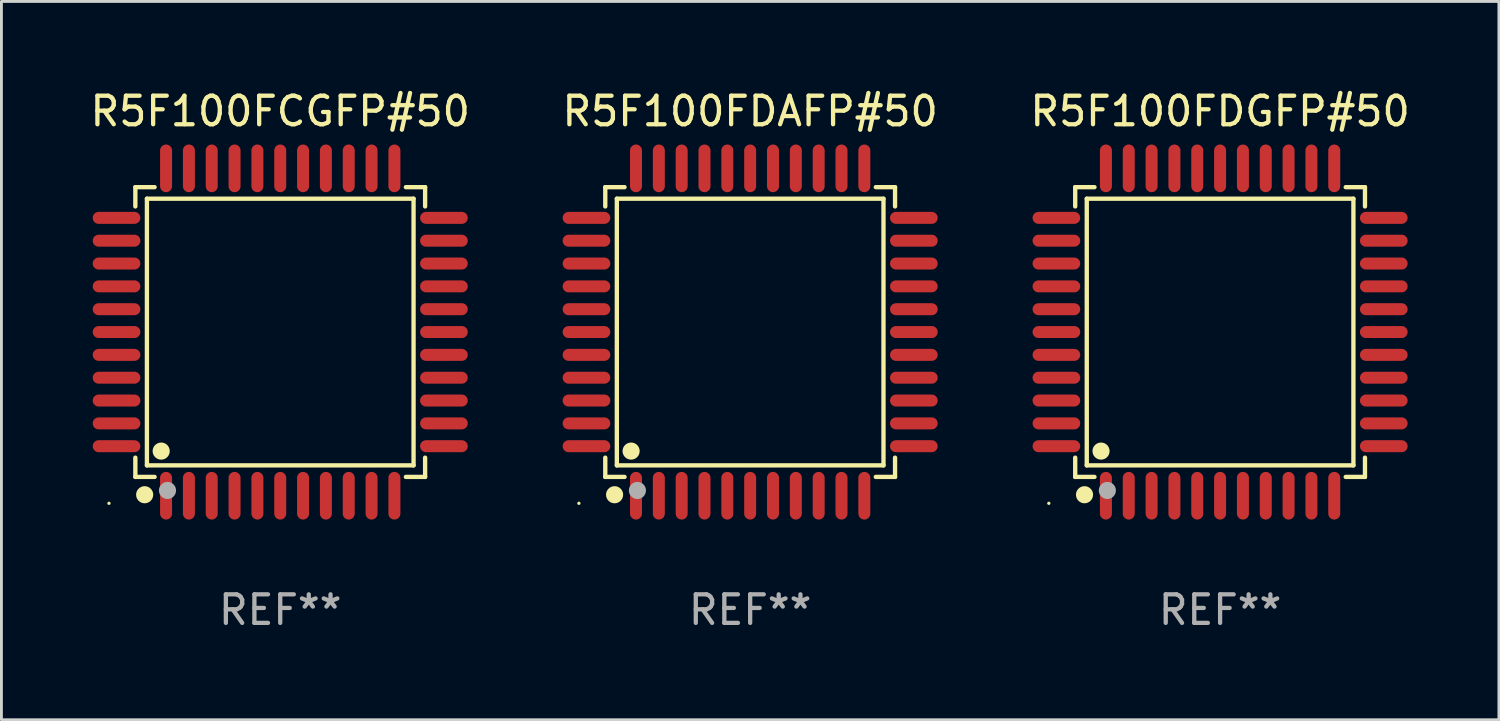
<source format=kicad_pcb>
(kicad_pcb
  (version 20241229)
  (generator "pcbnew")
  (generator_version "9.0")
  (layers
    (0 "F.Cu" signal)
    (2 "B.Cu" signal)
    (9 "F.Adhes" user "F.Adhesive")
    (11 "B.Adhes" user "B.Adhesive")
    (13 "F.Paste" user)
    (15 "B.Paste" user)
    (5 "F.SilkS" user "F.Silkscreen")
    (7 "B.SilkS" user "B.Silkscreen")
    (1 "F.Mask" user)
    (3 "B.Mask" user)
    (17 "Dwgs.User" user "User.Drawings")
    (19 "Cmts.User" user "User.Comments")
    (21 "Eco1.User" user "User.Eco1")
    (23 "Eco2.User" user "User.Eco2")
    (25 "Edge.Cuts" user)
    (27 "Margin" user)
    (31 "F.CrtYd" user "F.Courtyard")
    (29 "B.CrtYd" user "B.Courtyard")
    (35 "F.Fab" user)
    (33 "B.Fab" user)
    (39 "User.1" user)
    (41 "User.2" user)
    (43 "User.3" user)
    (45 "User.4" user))
  (footprint "R5F100FDGFP#50"
    (layer "F.Cu")
    (at 39.696 8.583)
    (property "Reference" "R5F100FDGFP#50" (at 0 -7.735 0) (layer "F.SilkS") (effects (font (size 1 1) (thickness 0.15))))
    (attr through_hole)
    (fp_line (start -5.076 -5.076) (end -4.401 -5.076) (stroke (width 0.152) (type solid)) (layer "F.SilkS"))
    (fp_line (start -5.076 -4.401) (end -5.076 -5.076) (stroke (width 0.152) (type solid)) (layer "F.SilkS"))
    (fp_line (start -5.076 4.401) (end -5.076 5.076) (stroke (width 0.152) (type solid)) (layer "F.SilkS"))
    (fp_line (start -5.076 5.076) (end -4.401 5.076) (stroke (width 0.152) (type solid)) (layer "F.SilkS"))
    (fp_line (start -4.671 -4.671) (end 4.671 -4.671) (stroke (width 0.152) (type solid)) (layer "F.SilkS"))
    (fp_line (start -4.671 4.671) (end -4.671 -4.671) (stroke (width 0.152) (type solid)) (layer "F.SilkS"))
    (fp_line (start 4.671 -4.671) (end 4.671 4.671) (stroke (width 0.152) (type solid)) (layer "F.SilkS"))
    (fp_line (start 4.671 4.671) (end -4.671 4.671) (stroke (width 0.152) (type solid)) (layer "F.SilkS"))
    (fp_line (start 5.076 -5.076) (end 4.401 -5.076) (stroke (width 0.152) (type solid)) (layer "F.SilkS"))
    (fp_line (start 5.076 -4.401) (end 5.076 -5.076) (stroke (width 0.152) (type solid)) (layer "F.SilkS"))
    (fp_line (start 5.076 4.401) (end 5.076 5.076) (stroke (width 0.152) (type solid)) (layer "F.SilkS"))
    (fp_line (start 5.076 5.076) (end 4.401 5.076) (stroke (width 0.152) (type solid)) (layer "F.SilkS"))
    (fp_circle (center -6 6) (end -5.97 6) (stroke (width 0.06) (type solid)) (fill no) (layer "F.SilkS"))
    (fp_circle (center -4.75 5.7) (end -4.6 5.7) (stroke (width 0.3) (type solid)) (fill no) (layer "F.SilkS"))
    (fp_circle (center -4.171 4.171) (end -4.021 4.171) (stroke (width 0.3) (type solid)) (fill no) (layer "F.SilkS"))
    (fp_circle (center -3.95 5.55) (end -3.8 5.55) (stroke (width 0.3) (type solid)) (fill no) (layer "F.Fab"))
    (fp_text user "REF**" (at 0 9.735 0) (layer "F.Fab") (effects (font (size 1 1) (thickness 0.15))))
    (pad "1" smd oval (at -4 5.735) (size 0.42 1.67) (layers "F.Cu" "F.Mask" "F.Paste"))
    (pad "2" smd oval (at -3.2 5.735) (size 0.42 1.67) (layers "F.Cu" "F.Mask" "F.Paste"))
    (pad "3" smd oval (at -2.4 5.735) (size 0.42 1.67) (layers "F.Cu" "F.Mask" "F.Paste"))
    (pad "4" smd oval (at -1.6 5.735) (size 0.42 1.67) (layers "F.Cu" "F.Mask" "F.Paste"))
    (pad "5" smd oval (at -0.8 5.735) (size 0.42 1.67) (layers "F.Cu" "F.Mask" "F.Paste"))
    (pad "6" smd oval (at 0 5.735) (size 0.42 1.67) (layers "F.Cu" "F.Mask" "F.Paste"))
    (pad "7" smd oval (at 0.8 5.735) (size 0.42 1.67) (layers "F.Cu" "F.Mask" "F.Paste"))
    (pad "8" smd oval (at 1.6 5.735) (size 0.42 1.67) (layers "F.Cu" "F.Mask" "F.Paste"))
    (pad "9" smd oval (at 2.4 5.735) (size 0.42 1.67) (layers "F.Cu" "F.Mask" "F.Paste"))
    (pad "10" smd oval (at 3.2 5.735) (size 0.42 1.67) (layers "F.Cu" "F.Mask" "F.Paste"))
    (pad "11" smd oval (at 4 5.735) (size 0.42 1.67) (layers "F.Cu" "F.Mask" "F.Paste"))
    (pad "12" smd oval (at 5.735 4) (size 1.67 0.42) (layers "F.Cu" "F.Mask" "F.Paste"))
    (pad "13" smd oval (at 5.735 3.2) (size 1.67 0.42) (layers "F.Cu" "F.Mask" "F.Paste"))
    (pad "14" smd oval (at 5.735 2.4) (size 1.67 0.42) (layers "F.Cu" "F.Mask" "F.Paste"))
    (pad "15" smd oval (at 5.735 1.6) (size 1.67 0.42) (layers "F.Cu" "F.Mask" "F.Paste"))
    (pad "16" smd oval (at 5.735 0.8) (size 1.67 0.42) (layers "F.Cu" "F.Mask" "F.Paste"))
    (pad "17" smd oval (at 5.735 0) (size 1.67 0.42) (layers "F.Cu" "F.Mask" "F.Paste"))
    (pad "18" smd oval (at 5.735 -0.8) (size 1.67 0.42) (layers "F.Cu" "F.Mask" "F.Paste"))
    (pad "19" smd oval (at 5.735 -1.6) (size 1.67 0.42) (layers "F.Cu" "F.Mask" "F.Paste"))
    (pad "20" smd oval (at 5.735 -2.4) (size 1.67 0.42) (layers "F.Cu" "F.Mask" "F.Paste"))
    (pad "21" smd oval (at 5.735 -3.2) (size 1.67 0.42) (layers "F.Cu" "F.Mask" "F.Paste"))
    (pad "22" smd oval (at 5.735 -4) (size 1.67 0.42) (layers "F.Cu" "F.Mask" "F.Paste"))
    (pad "23" smd oval (at 4 -5.735) (size 0.42 1.67) (layers "F.Cu" "F.Mask" "F.Paste"))
    (pad "24" smd oval (at 3.2 -5.735) (size 0.42 1.67) (layers "F.Cu" "F.Mask" "F.Paste"))
    (pad "25" smd oval (at 2.4 -5.735) (size 0.42 1.67) (layers "F.Cu" "F.Mask" "F.Paste"))
    (pad "26" smd oval (at 1.6 -5.735) (size 0.42 1.67) (layers "F.Cu" "F.Mask" "F.Paste"))
    (pad "27" smd oval (at 0.8 -5.735) (size 0.42 1.67) (layers "F.Cu" "F.Mask" "F.Paste"))
    (pad "28" smd oval (at 0 -5.735) (size 0.42 1.67) (layers "F.Cu" "F.Mask" "F.Paste"))
    (pad "29" smd oval (at -0.8 -5.735) (size 0.42 1.67) (layers "F.Cu" "F.Mask" "F.Paste"))
    (pad "30" smd oval (at -1.6 -5.735) (size 0.42 1.67) (layers "F.Cu" "F.Mask" "F.Paste"))
    (pad "31" smd oval (at -2.4 -5.735) (size 0.42 1.67) (layers "F.Cu" "F.Mask" "F.Paste"))
    (pad "32" smd oval (at -3.2 -5.735) (size 0.42 1.67) (layers "F.Cu" "F.Mask" "F.Paste"))
    (pad "33" smd oval (at -4 -5.735) (size 0.42 1.67) (layers "F.Cu" "F.Mask" "F.Paste"))
    (pad "34" smd oval (at -5.735 -4) (size 1.67 0.42) (layers "F.Cu" "F.Mask" "F.Paste"))
    (pad "35" smd oval (at -5.735 -3.2) (size 1.67 0.42) (layers "F.Cu" "F.Mask" "F.Paste"))
    (pad "36" smd oval (at -5.735 -2.4) (size 1.67 0.42) (layers "F.Cu" "F.Mask" "F.Paste"))
    (pad "37" smd oval (at -5.735 -1.6) (size 1.67 0.42) (layers "F.Cu" "F.Mask" "F.Paste"))
    (pad "38" smd oval (at -5.735 -0.8) (size 1.67 0.42) (layers "F.Cu" "F.Mask" "F.Paste"))
    (pad "39" smd oval (at -5.735 0) (size 1.67 0.42) (layers "F.Cu" "F.Mask" "F.Paste"))
    (pad "40" smd oval (at -5.735 0.8) (size 1.67 0.42) (layers "F.Cu" "F.Mask" "F.Paste"))
    (pad "41" smd oval (at -5.735 1.6) (size 1.67 0.42) (layers "F.Cu" "F.Mask" "F.Paste"))
    (pad "42" smd oval (at -5.735 2.4) (size 1.67 0.42) (layers "F.Cu" "F.Mask" "F.Paste"))
    (pad "43" smd oval (at -5.735 3.2) (size 1.67 0.42) (layers "F.Cu" "F.Mask" "F.Paste"))
    (pad "44" smd oval (at -5.735 4) (size 1.67 0.42) (layers "F.Cu" "F.Mask" "F.Paste")))
  (footprint "R5F100FCGFP#50"
    (layer "F.Cu")
    (at 6.768 8.583)
    (property "Reference" "R5F100FCGFP#50" (at 0 -7.735 0) (layer "F.SilkS") (effects (font (size 1 1) (thickness 0.15))))
    (attr through_hole)
    (fp_line (start -5.076 -5.076) (end -4.401 -5.076) (stroke (width 0.152) (type solid)) (layer "F.SilkS"))
    (fp_line (start -5.076 -4.401) (end -5.076 -5.076) (stroke (width 0.152) (type solid)) (layer "F.SilkS"))
    (fp_line (start -5.076 4.401) (end -5.076 5.076) (stroke (width 0.152) (type solid)) (layer "F.SilkS"))
    (fp_line (start -5.076 5.076) (end -4.401 5.076) (stroke (width 0.152) (type solid)) (layer "F.SilkS"))
    (fp_line (start -4.671 -4.671) (end 4.671 -4.671) (stroke (width 0.152) (type solid)) (layer "F.SilkS"))
    (fp_line (start -4.671 4.671) (end -4.671 -4.671) (stroke (width 0.152) (type solid)) (layer "F.SilkS"))
    (fp_line (start 4.671 -4.671) (end 4.671 4.671) (stroke (width 0.152) (type solid)) (layer "F.SilkS"))
    (fp_line (start 4.671 4.671) (end -4.671 4.671) (stroke (width 0.152) (type solid)) (layer "F.SilkS"))
    (fp_line (start 5.076 -5.076) (end 4.401 -5.076) (stroke (width 0.152) (type solid)) (layer "F.SilkS"))
    (fp_line (start 5.076 -4.401) (end 5.076 -5.076) (stroke (width 0.152) (type solid)) (layer "F.SilkS"))
    (fp_line (start 5.076 4.401) (end 5.076 5.076) (stroke (width 0.152) (type solid)) (layer "F.SilkS"))
    (fp_line (start 5.076 5.076) (end 4.401 5.076) (stroke (width 0.152) (type solid)) (layer "F.SilkS"))
    (fp_circle (center -6 6) (end -5.97 6) (stroke (width 0.06) (type solid)) (fill no) (layer "F.SilkS"))
    (fp_circle (center -4.75 5.7) (end -4.6 5.7) (stroke (width 0.3) (type solid)) (fill no) (layer "F.SilkS"))
    (fp_circle (center -4.171 4.171) (end -4.021 4.171) (stroke (width 0.3) (type solid)) (fill no) (layer "F.SilkS"))
    (fp_circle (center -3.95 5.55) (end -3.8 5.55) (stroke (width 0.3) (type solid)) (fill no) (layer "F.Fab"))
    (fp_text user "REF**" (at 0 9.735 0) (layer "F.Fab") (effects (font (size 1 1) (thickness 0.15))))
    (pad "1" smd oval (at -4 5.735) (size 0.42 1.67) (layers "F.Cu" "F.Mask" "F.Paste"))
    (pad "2" smd oval (at -3.2 5.735) (size 0.42 1.67) (layers "F.Cu" "F.Mask" "F.Paste"))
    (pad "3" smd oval (at -2.4 5.735) (size 0.42 1.67) (layers "F.Cu" "F.Mask" "F.Paste"))
    (pad "4" smd oval (at -1.6 5.735) (size 0.42 1.67) (layers "F.Cu" "F.Mask" "F.Paste"))
    (pad "5" smd oval (at -0.8 5.735) (size 0.42 1.67) (layers "F.Cu" "F.Mask" "F.Paste"))
    (pad "6" smd oval (at 0 5.735) (size 0.42 1.67) (layers "F.Cu" "F.Mask" "F.Paste"))
    (pad "7" smd oval (at 0.8 5.735) (size 0.42 1.67) (layers "F.Cu" "F.Mask" "F.Paste"))
    (pad "8" smd oval (at 1.6 5.735) (size 0.42 1.67) (layers "F.Cu" "F.Mask" "F.Paste"))
    (pad "9" smd oval (at 2.4 5.735) (size 0.42 1.67) (layers "F.Cu" "F.Mask" "F.Paste"))
    (pad "10" smd oval (at 3.2 5.735) (size 0.42 1.67) (layers "F.Cu" "F.Mask" "F.Paste"))
    (pad "11" smd oval (at 4 5.735) (size 0.42 1.67) (layers "F.Cu" "F.Mask" "F.Paste"))
    (pad "12" smd oval (at 5.735 4) (size 1.67 0.42) (layers "F.Cu" "F.Mask" "F.Paste"))
    (pad "13" smd oval (at 5.735 3.2) (size 1.67 0.42) (layers "F.Cu" "F.Mask" "F.Paste"))
    (pad "14" smd oval (at 5.735 2.4) (size 1.67 0.42) (layers "F.Cu" "F.Mask" "F.Paste"))
    (pad "15" smd oval (at 5.735 1.6) (size 1.67 0.42) (layers "F.Cu" "F.Mask" "F.Paste"))
    (pad "16" smd oval (at 5.735 0.8) (size 1.67 0.42) (layers "F.Cu" "F.Mask" "F.Paste"))
    (pad "17" smd oval (at 5.735 0) (size 1.67 0.42) (layers "F.Cu" "F.Mask" "F.Paste"))
    (pad "18" smd oval (at 5.735 -0.8) (size 1.67 0.42) (layers "F.Cu" "F.Mask" "F.Paste"))
    (pad "19" smd oval (at 5.735 -1.6) (size 1.67 0.42) (layers "F.Cu" "F.Mask" "F.Paste"))
    (pad "20" smd oval (at 5.735 -2.4) (size 1.67 0.42) (layers "F.Cu" "F.Mask" "F.Paste"))
    (pad "21" smd oval (at 5.735 -3.2) (size 1.67 0.42) (layers "F.Cu" "F.Mask" "F.Paste"))
    (pad "22" smd oval (at 5.735 -4) (size 1.67 0.42) (layers "F.Cu" "F.Mask" "F.Paste"))
    (pad "23" smd oval (at 4 -5.735) (size 0.42 1.67) (layers "F.Cu" "F.Mask" "F.Paste"))
    (pad "24" smd oval (at 3.2 -5.735) (size 0.42 1.67) (layers "F.Cu" "F.Mask" "F.Paste"))
    (pad "25" smd oval (at 2.4 -5.735) (size 0.42 1.67) (layers "F.Cu" "F.Mask" "F.Paste"))
    (pad "26" smd oval (at 1.6 -5.735) (size 0.42 1.67) (layers "F.Cu" "F.Mask" "F.Paste"))
    (pad "27" smd oval (at 0.8 -5.735) (size 0.42 1.67) (layers "F.Cu" "F.Mask" "F.Paste"))
    (pad "28" smd oval (at 0 -5.735) (size 0.42 1.67) (layers "F.Cu" "F.Mask" "F.Paste"))
    (pad "29" smd oval (at -0.8 -5.735) (size 0.42 1.67) (layers "F.Cu" "F.Mask" "F.Paste"))
    (pad "30" smd oval (at -1.6 -5.735) (size 0.42 1.67) (layers "F.Cu" "F.Mask" "F.Paste"))
    (pad "31" smd oval (at -2.4 -5.735) (size 0.42 1.67) (layers "F.Cu" "F.Mask" "F.Paste"))
    (pad "32" smd oval (at -3.2 -5.735) (size 0.42 1.67) (layers "F.Cu" "F.Mask" "F.Paste"))
    (pad "33" smd oval (at -4 -5.735) (size 0.42 1.67) (layers "F.Cu" "F.Mask" "F.Paste"))
    (pad "34" smd oval (at -5.735 -4) (size 1.67 0.42) (layers "F.Cu" "F.Mask" "F.Paste"))
    (pad "35" smd oval (at -5.735 -3.2) (size 1.67 0.42) (layers "F.Cu" "F.Mask" "F.Paste"))
    (pad "36" smd oval (at -5.735 -2.4) (size 1.67 0.42) (layers "F.Cu" "F.Mask" "F.Paste"))
    (pad "37" smd oval (at -5.735 -1.6) (size 1.67 0.42) (layers "F.Cu" "F.Mask" "F.Paste"))
    (pad "38" smd oval (at -5.735 -0.8) (size 1.67 0.42) (layers "F.Cu" "F.Mask" "F.Paste"))
    (pad "39" smd oval (at -5.735 0) (size 1.67 0.42) (layers "F.Cu" "F.Mask" "F.Paste"))
    (pad "40" smd oval (at -5.735 0.8) (size 1.67 0.42) (layers "F.Cu" "F.Mask" "F.Paste"))
    (pad "41" smd oval (at -5.735 1.6) (size 1.67 0.42) (layers "F.Cu" "F.Mask" "F.Paste"))
    (pad "42" smd oval (at -5.735 2.4) (size 1.67 0.42) (layers "F.Cu" "F.Mask" "F.Paste"))
    (pad "43" smd oval (at -5.735 3.2) (size 1.67 0.42) (layers "F.Cu" "F.Mask" "F.Paste"))
    (pad "44" smd oval (at -5.735 4) (size 1.67 0.42) (layers "F.Cu" "F.Mask" "F.Paste")))
  (footprint "R5F100FDAFP#50"
    (layer "F.Cu")
    (at 23.232 8.583)
    (property "Reference" "R5F100FDAFP#50" (at 0 -7.735 0) (layer "F.SilkS") (effects (font (size 1 1) (thickness 0.15))))
    (attr through_hole)
    (fp_line (start -5.076 -5.076) (end -4.401 -5.076) (stroke (width 0.152) (type solid)) (layer "F.SilkS"))
    (fp_line (start -5.076 -4.401) (end -5.076 -5.076) (stroke (width 0.152) (type solid)) (layer "F.SilkS"))
    (fp_line (start -5.076 4.401) (end -5.076 5.076) (stroke (width 0.152) (type solid)) (layer "F.SilkS"))
    (fp_line (start -5.076 5.076) (end -4.401 5.076) (stroke (width 0.152) (type solid)) (layer "F.SilkS"))
    (fp_line (start -4.671 -4.671) (end 4.671 -4.671) (stroke (width 0.152) (type solid)) (layer "F.SilkS"))
    (fp_line (start -4.671 4.671) (end -4.671 -4.671) (stroke (width 0.152) (type solid)) (layer "F.SilkS"))
    (fp_line (start 4.671 -4.671) (end 4.671 4.671) (stroke (width 0.152) (type solid)) (layer "F.SilkS"))
    (fp_line (start 4.671 4.671) (end -4.671 4.671) (stroke (width 0.152) (type solid)) (layer "F.SilkS"))
    (fp_line (start 5.076 -5.076) (end 4.401 -5.076) (stroke (width 0.152) (type solid)) (layer "F.SilkS"))
    (fp_line (start 5.076 -4.401) (end 5.076 -5.076) (stroke (width 0.152) (type solid)) (layer "F.SilkS"))
    (fp_line (start 5.076 4.401) (end 5.076 5.076) (stroke (width 0.152) (type solid)) (layer "F.SilkS"))
    (fp_line (start 5.076 5.076) (end 4.401 5.076) (stroke (width 0.152) (type solid)) (layer "F.SilkS"))
    (fp_circle (center -6 6) (end -5.97 6) (stroke (width 0.06) (type solid)) (fill no) (layer "F.SilkS"))
    (fp_circle (center -4.75 5.7) (end -4.6 5.7) (stroke (width 0.3) (type solid)) (fill no) (layer "F.SilkS"))
    (fp_circle (center -4.171 4.171) (end -4.021 4.171) (stroke (width 0.3) (type solid)) (fill no) (layer "F.SilkS"))
    (fp_circle (center -3.95 5.55) (end -3.8 5.55) (stroke (width 0.3) (type solid)) (fill no) (layer "F.Fab"))
    (fp_text user "REF**" (at 0 9.735 0) (layer "F.Fab") (effects (font (size 1 1) (thickness 0.15))))
    (pad "1" smd oval (at -4 5.735) (size 0.42 1.67) (layers "F.Cu" "F.Mask" "F.Paste"))
    (pad "2" smd oval (at -3.2 5.735) (size 0.42 1.67) (layers "F.Cu" "F.Mask" "F.Paste"))
    (pad "3" smd oval (at -2.4 5.735) (size 0.42 1.67) (layers "F.Cu" "F.Mask" "F.Paste"))
    (pad "4" smd oval (at -1.6 5.735) (size 0.42 1.67) (layers "F.Cu" "F.Mask" "F.Paste"))
    (pad "5" smd oval (at -0.8 5.735) (size 0.42 1.67) (layers "F.Cu" "F.Mask" "F.Paste"))
    (pad "6" smd oval (at 0 5.735) (size 0.42 1.67) (layers "F.Cu" "F.Mask" "F.Paste"))
    (pad "7" smd oval (at 0.8 5.735) (size 0.42 1.67) (layers "F.Cu" "F.Mask" "F.Paste"))
    (pad "8" smd oval (at 1.6 5.735) (size 0.42 1.67) (layers "F.Cu" "F.Mask" "F.Paste"))
    (pad "9" smd oval (at 2.4 5.735) (size 0.42 1.67) (layers "F.Cu" "F.Mask" "F.Paste"))
    (pad "10" smd oval (at 3.2 5.735) (size 0.42 1.67) (layers "F.Cu" "F.Mask" "F.Paste"))
    (pad "11" smd oval (at 4 5.735) (size 0.42 1.67) (layers "F.Cu" "F.Mask" "F.Paste"))
    (pad "12" smd oval (at 5.735 4) (size 1.67 0.42) (layers "F.Cu" "F.Mask" "F.Paste"))
    (pad "13" smd oval (at 5.735 3.2) (size 1.67 0.42) (layers "F.Cu" "F.Mask" "F.Paste"))
    (pad "14" smd oval (at 5.735 2.4) (size 1.67 0.42) (layers "F.Cu" "F.Mask" "F.Paste"))
    (pad "15" smd oval (at 5.735 1.6) (size 1.67 0.42) (layers "F.Cu" "F.Mask" "F.Paste"))
    (pad "16" smd oval (at 5.735 0.8) (size 1.67 0.42) (layers "F.Cu" "F.Mask" "F.Paste"))
    (pad "17" smd oval (at 5.735 0) (size 1.67 0.42) (layers "F.Cu" "F.Mask" "F.Paste"))
    (pad "18" smd oval (at 5.735 -0.8) (size 1.67 0.42) (layers "F.Cu" "F.Mask" "F.Paste"))
    (pad "19" smd oval (at 5.735 -1.6) (size 1.67 0.42) (layers "F.Cu" "F.Mask" "F.Paste"))
    (pad "20" smd oval (at 5.735 -2.4) (size 1.67 0.42) (layers "F.Cu" "F.Mask" "F.Paste"))
    (pad "21" smd oval (at 5.735 -3.2) (size 1.67 0.42) (layers "F.Cu" "F.Mask" "F.Paste"))
    (pad "22" smd oval (at 5.735 -4) (size 1.67 0.42) (layers "F.Cu" "F.Mask" "F.Paste"))
    (pad "23" smd oval (at 4 -5.735) (size 0.42 1.67) (layers "F.Cu" "F.Mask" "F.Paste"))
    (pad "24" smd oval (at 3.2 -5.735) (size 0.42 1.67) (layers "F.Cu" "F.Mask" "F.Paste"))
    (pad "25" smd oval (at 2.4 -5.735) (size 0.42 1.67) (layers "F.Cu" "F.Mask" "F.Paste"))
    (pad "26" smd oval (at 1.6 -5.735) (size 0.42 1.67) (layers "F.Cu" "F.Mask" "F.Paste"))
    (pad "27" smd oval (at 0.8 -5.735) (size 0.42 1.67) (layers "F.Cu" "F.Mask" "F.Paste"))
    (pad "28" smd oval (at 0 -5.735) (size 0.42 1.67) (layers "F.Cu" "F.Mask" "F.Paste"))
    (pad "29" smd oval (at -0.8 -5.735) (size 0.42 1.67) (layers "F.Cu" "F.Mask" "F.Paste"))
    (pad "30" smd oval (at -1.6 -5.735) (size 0.42 1.67) (layers "F.Cu" "F.Mask" "F.Paste"))
    (pad "31" smd oval (at -2.4 -5.735) (size 0.42 1.67) (layers "F.Cu" "F.Mask" "F.Paste"))
    (pad "32" smd oval (at -3.2 -5.735) (size 0.42 1.67) (layers "F.Cu" "F.Mask" "F.Paste"))
    (pad "33" smd oval (at -4 -5.735) (size 0.42 1.67) (layers "F.Cu" "F.Mask" "F.Paste"))
    (pad "34" smd oval (at -5.735 -4) (size 1.67 0.42) (layers "F.Cu" "F.Mask" "F.Paste"))
    (pad "35" smd oval (at -5.735 -3.2) (size 1.67 0.42) (layers "F.Cu" "F.Mask" "F.Paste"))
    (pad "36" smd oval (at -5.735 -2.4) (size 1.67 0.42) (layers "F.Cu" "F.Mask" "F.Paste"))
    (pad "37" smd oval (at -5.735 -1.6) (size 1.67 0.42) (layers "F.Cu" "F.Mask" "F.Paste"))
    (pad "38" smd oval (at -5.735 -0.8) (size 1.67 0.42) (layers "F.Cu" "F.Mask" "F.Paste"))
    (pad "39" smd oval (at -5.735 0) (size 1.67 0.42) (layers "F.Cu" "F.Mask" "F.Paste"))
    (pad "40" smd oval (at -5.735 0.8) (size 1.67 0.42) (layers "F.Cu" "F.Mask" "F.Paste"))
    (pad "41" smd oval (at -5.735 1.6) (size 1.67 0.42) (layers "F.Cu" "F.Mask" "F.Paste"))
    (pad "42" smd oval (at -5.735 2.4) (size 1.67 0.42) (layers "F.Cu" "F.Mask" "F.Paste"))
    (pad "43" smd oval (at -5.735 3.2) (size 1.67 0.42) (layers "F.Cu" "F.Mask" "F.Paste"))
    (pad "44" smd oval (at -5.735 4) (size 1.67 0.42) (layers "F.Cu" "F.Mask" "F.Paste")))
  (gr_rect
    (start -3 -3)
    (end 49.464 22.167)
    (stroke (width 0.1) (type default))
    (fill no)
    (layer "Edge.Cuts")))
</source>
